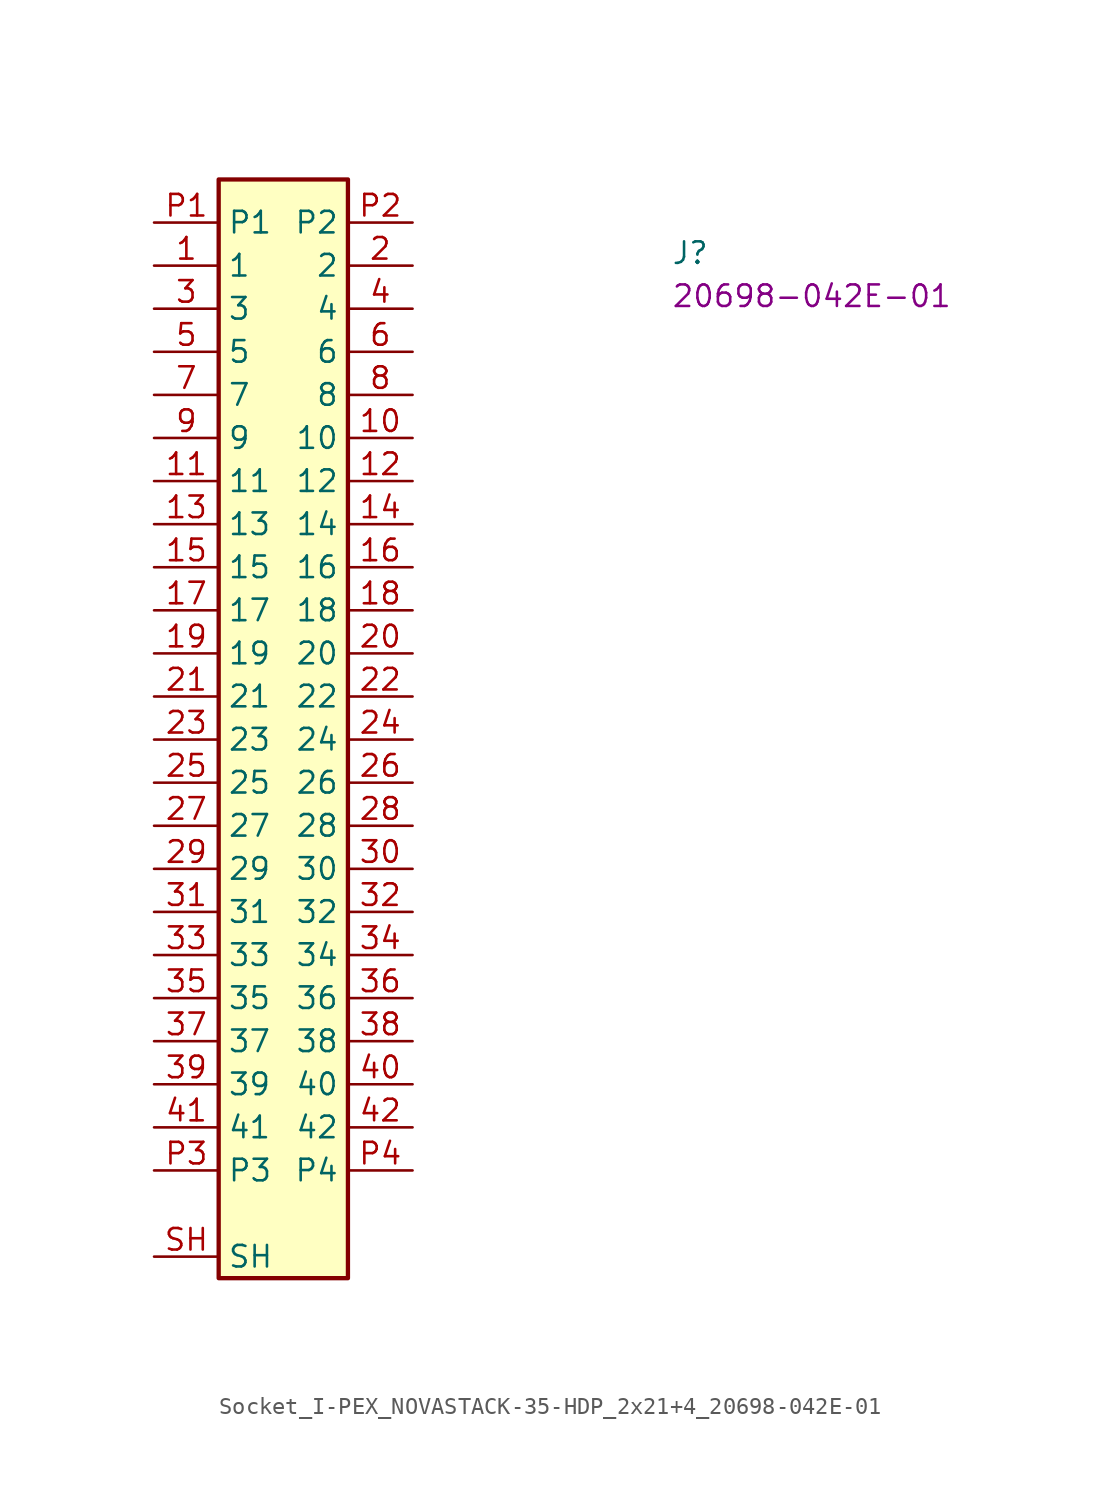
<source format=kicad_sym>
(kicad_symbol_lib
  (version 20220914)
  (generator kicad_symbol_editor)
  (symbol "Socket_I-PEX_NOVASTACK-35-HDP_2x21+4_20698-042E-01"
    (property "Reference" "J"
      (at 30.48 -2.54 0)
      (effects (font (size 1.27 1.27) (thickness 0.15)) (justify left bottom)))
    (property "MPN" "20698-042E-01"
      (at 30.48 -5.08 0)
      (effects (font (size 1.27 1.27) (thickness 0.15)) (justify left bottom)))
    (symbol "Socket_I-PEX_NOVASTACK-35-HDP_2x21+4_20698-042E-01_1_1"
      (rectangle (start 3.81 2.54) (end 11.43 -62.23) (stroke (width 0.254) (type default)) (fill (type background)))
      (pin passive line (at 0 -2.54 0) (length 3.81) (name "1" (effects (font (size 1.27 1.27)))) (number "1" (effects (font (size 1.27 1.27)))))
      (pin passive line (at 15.24 -12.7 180) (length 3.81) (name "10" (effects (font (size 1.27 1.27)))) (number "10" (effects (font (size 1.27 1.27)))))
      (pin passive line (at 0 -15.24 0) (length 3.81) (name "11" (effects (font (size 1.27 1.27)))) (number "11" (effects (font (size 1.27 1.27)))))
      (pin passive line (at 15.24 -15.24 180) (length 3.81) (name "12" (effects (font (size 1.27 1.27)))) (number "12" (effects (font (size 1.27 1.27)))))
      (pin passive line (at 0 -17.78 0) (length 3.81) (name "13" (effects (font (size 1.27 1.27)))) (number "13" (effects (font (size 1.27 1.27)))))
      (pin passive line (at 15.24 -17.78 180) (length 3.81) (name "14" (effects (font (size 1.27 1.27)))) (number "14" (effects (font (size 1.27 1.27)))))
      (pin passive line (at 0 -20.32 0) (length 3.81) (name "15" (effects (font (size 1.27 1.27)))) (number "15" (effects (font (size 1.27 1.27)))))
      (pin passive line (at 15.24 -20.32 180) (length 3.81) (name "16" (effects (font (size 1.27 1.27)))) (number "16" (effects (font (size 1.27 1.27)))))
      (pin passive line (at 0 -22.86 0) (length 3.81) (name "17" (effects (font (size 1.27 1.27)))) (number "17" (effects (font (size 1.27 1.27)))))
      (pin passive line (at 15.24 -22.86 180) (length 3.81) (name "18" (effects (font (size 1.27 1.27)))) (number "18" (effects (font (size 1.27 1.27)))))
      (pin passive line (at 0 -25.4 0) (length 3.81) (name "19" (effects (font (size 1.27 1.27)))) (number "19" (effects (font (size 1.27 1.27)))))
      (pin passive line (at 15.24 -2.54 180) (length 3.81) (name "2" (effects (font (size 1.27 1.27)))) (number "2" (effects (font (size 1.27 1.27)))))
      (pin passive line (at 15.24 -25.4 180) (length 3.81) (name "20" (effects (font (size 1.27 1.27)))) (number "20" (effects (font (size 1.27 1.27)))))
      (pin passive line (at 0 -27.94 0) (length 3.81) (name "21" (effects (font (size 1.27 1.27)))) (number "21" (effects (font (size 1.27 1.27)))))
      (pin passive line (at 15.24 -27.94 180) (length 3.81) (name "22" (effects (font (size 1.27 1.27)))) (number "22" (effects (font (size 1.27 1.27)))))
      (pin passive line (at 0 -30.48 0) (length 3.81) (name "23" (effects (font (size 1.27 1.27)))) (number "23" (effects (font (size 1.27 1.27)))))
      (pin passive line (at 15.24 -30.48 180) (length 3.81) (name "24" (effects (font (size 1.27 1.27)))) (number "24" (effects (font (size 1.27 1.27)))))
      (pin passive line (at 0 -33.02 0) (length 3.81) (name "25" (effects (font (size 1.27 1.27)))) (number "25" (effects (font (size 1.27 1.27)))))
      (pin passive line (at 15.24 -33.02 180) (length 3.81) (name "26" (effects (font (size 1.27 1.27)))) (number "26" (effects (font (size 1.27 1.27)))))
      (pin passive line (at 0 -35.56 0) (length 3.81) (name "27" (effects (font (size 1.27 1.27)))) (number "27" (effects (font (size 1.27 1.27)))))
      (pin passive line (at 15.24 -35.56 180) (length 3.81) (name "28" (effects (font (size 1.27 1.27)))) (number "28" (effects (font (size 1.27 1.27)))))
      (pin passive line (at 0 -38.1 0) (length 3.81) (name "29" (effects (font (size 1.27 1.27)))) (number "29" (effects (font (size 1.27 1.27)))))
      (pin passive line (at 0 -5.08 0) (length 3.81) (name "3" (effects (font (size 1.27 1.27)))) (number "3" (effects (font (size 1.27 1.27)))))
      (pin passive line (at 15.24 -38.1 180) (length 3.81) (name "30" (effects (font (size 1.27 1.27)))) (number "30" (effects (font (size 1.27 1.27)))))
      (pin passive line (at 0 -40.64 0) (length 3.81) (name "31" (effects (font (size 1.27 1.27)))) (number "31" (effects (font (size 1.27 1.27)))))
      (pin passive line (at 15.24 -40.64 180) (length 3.81) (name "32" (effects (font (size 1.27 1.27)))) (number "32" (effects (font (size 1.27 1.27)))))
      (pin passive line (at 0 -43.18 0) (length 3.81) (name "33" (effects (font (size 1.27 1.27)))) (number "33" (effects (font (size 1.27 1.27)))))
      (pin passive line (at 15.24 -43.18 180) (length 3.81) (name "34" (effects (font (size 1.27 1.27)))) (number "34" (effects (font (size 1.27 1.27)))))
      (pin passive line (at 0 -45.72 0) (length 3.81) (name "35" (effects (font (size 1.27 1.27)))) (number "35" (effects (font (size 1.27 1.27)))))
      (pin passive line (at 15.24 -45.72 180) (length 3.81) (name "36" (effects (font (size 1.27 1.27)))) (number "36" (effects (font (size 1.27 1.27)))))
      (pin passive line (at 0 -48.26 0) (length 3.81) (name "37" (effects (font (size 1.27 1.27)))) (number "37" (effects (font (size 1.27 1.27)))))
      (pin passive line (at 15.24 -48.26 180) (length 3.81) (name "38" (effects (font (size 1.27 1.27)))) (number "38" (effects (font (size 1.27 1.27)))))
      (pin passive line (at 0 -50.8 0) (length 3.81) (name "39" (effects (font (size 1.27 1.27)))) (number "39" (effects (font (size 1.27 1.27)))))
      (pin passive line (at 15.24 -5.08 180) (length 3.81) (name "4" (effects (font (size 1.27 1.27)))) (number "4" (effects (font (size 1.27 1.27)))))
      (pin passive line (at 15.24 -50.8 180) (length 3.81) (name "40" (effects (font (size 1.27 1.27)))) (number "40" (effects (font (size 1.27 1.27)))))
      (pin passive line (at 0 -53.34 0) (length 3.81) (name "41" (effects (font (size 1.27 1.27)))) (number "41" (effects (font (size 1.27 1.27)))))
      (pin passive line (at 15.24 -53.34 180) (length 3.81) (name "42" (effects (font (size 1.27 1.27)))) (number "42" (effects (font (size 1.27 1.27)))))
      (pin passive line (at 0 -7.62 0) (length 3.81) (name "5" (effects (font (size 1.27 1.27)))) (number "5" (effects (font (size 1.27 1.27)))))
      (pin passive line (at 15.24 -7.62 180) (length 3.81) (name "6" (effects (font (size 1.27 1.27)))) (number "6" (effects (font (size 1.27 1.27)))))
      (pin passive line (at 0 -10.16 0) (length 3.81) (name "7" (effects (font (size 1.27 1.27)))) (number "7" (effects (font (size 1.27 1.27)))))
      (pin passive line (at 15.24 -10.16 180) (length 3.81) (name "8" (effects (font (size 1.27 1.27)))) (number "8" (effects (font (size 1.27 1.27)))))
      (pin passive line (at 0 -12.7 0) (length 3.81) (name "9" (effects (font (size 1.27 1.27)))) (number "9" (effects (font (size 1.27 1.27)))))
      (pin passive line (at 0 0 0) (length 3.81) (name "P1" (effects (font (size 1.27 1.27)))) (number "P1" (effects (font (size 1.27 1.27)))))
      (pin passive line (at 15.24 0 180) (length 3.81) (name "P2" (effects (font (size 1.27 1.27)))) (number "P2" (effects (font (size 1.27 1.27)))))
      (pin passive line (at 0 -55.88 0) (length 3.81) (name "P3" (effects (font (size 1.27 1.27)))) (number "P3" (effects (font (size 1.27 1.27)))))
      (pin passive line (at 15.24 -55.88 180) (length 3.81) (name "P4" (effects (font (size 1.27 1.27)))) (number "P4" (effects (font (size 1.27 1.27)))))
      (pin passive line (at 0 -60.96 0) (length 3.81) (name "SH" (effects (font (size 1.27 1.27)))) (number "SH" (effects (font (size 1.27 1.27))))))))
</source>
